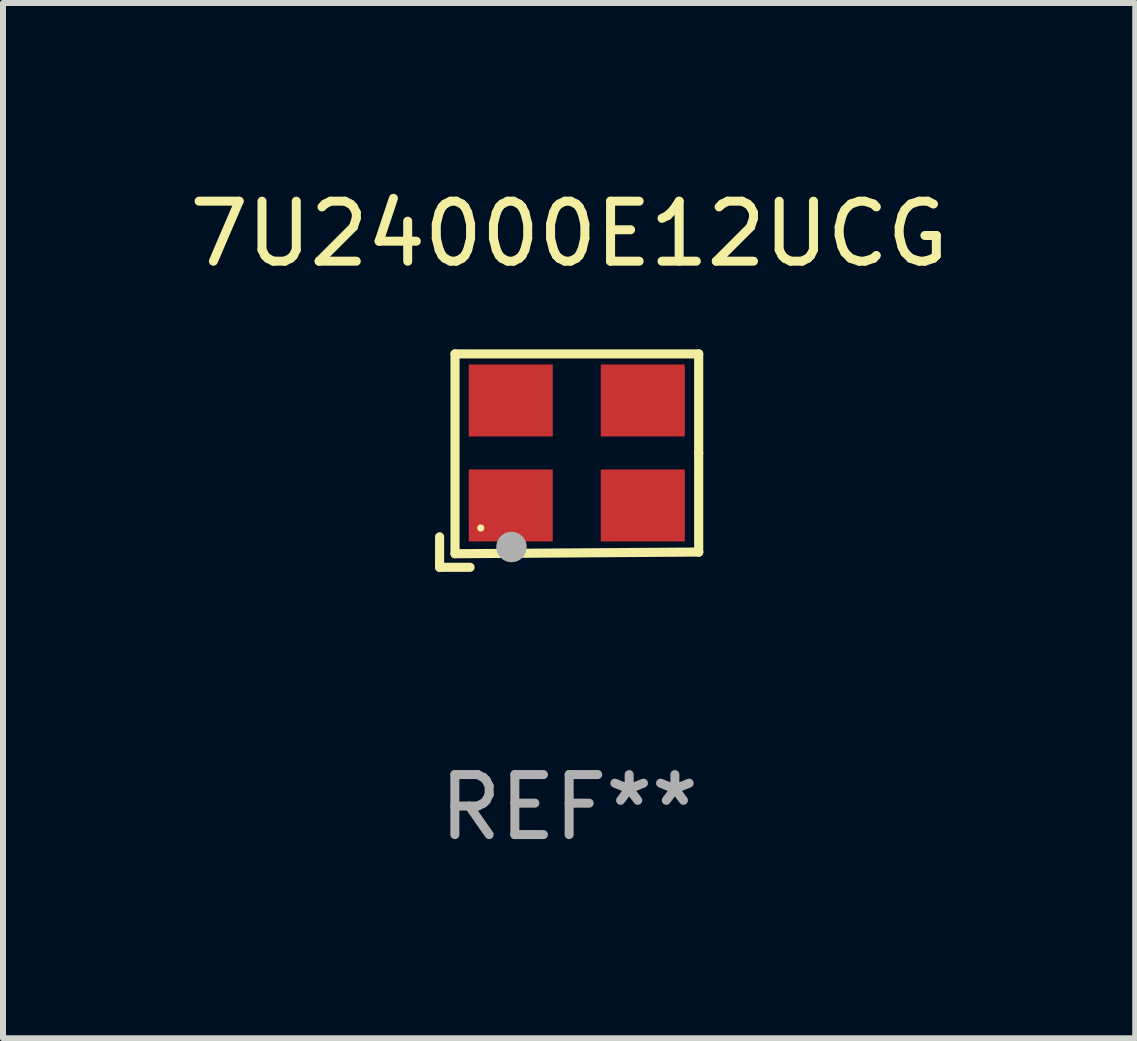
<source format=kicad_pcb>
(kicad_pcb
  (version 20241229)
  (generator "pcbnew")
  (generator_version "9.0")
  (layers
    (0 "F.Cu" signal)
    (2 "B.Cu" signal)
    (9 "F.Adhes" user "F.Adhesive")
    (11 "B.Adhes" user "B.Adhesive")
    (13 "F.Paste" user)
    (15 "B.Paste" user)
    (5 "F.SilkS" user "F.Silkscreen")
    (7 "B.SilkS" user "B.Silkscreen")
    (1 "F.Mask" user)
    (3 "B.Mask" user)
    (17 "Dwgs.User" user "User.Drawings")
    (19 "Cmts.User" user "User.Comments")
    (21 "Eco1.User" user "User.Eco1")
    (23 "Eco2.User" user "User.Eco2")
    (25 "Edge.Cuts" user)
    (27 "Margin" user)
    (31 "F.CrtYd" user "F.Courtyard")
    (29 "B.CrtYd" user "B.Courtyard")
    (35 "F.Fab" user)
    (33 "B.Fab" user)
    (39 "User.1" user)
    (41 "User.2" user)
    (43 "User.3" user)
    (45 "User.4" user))
  (footprint "7U24000E12UCG"
    (layer "F.Cu")
    (at 6.435 4.626)
    (property "Reference" "7U24000E12UCG" (at 0 -3.778 0) (layer "F.SilkS") (effects (font (size 1 1) (thickness 0.15))))
    (attr through_hole)
    (fp_line (start -2.159 1.27) (end -2.159 1.778) (stroke (width 0.152) (type solid)) (layer "F.SilkS"))
    (fp_line (start -2.159 1.778) (end -1.651 1.778) (stroke (width 0.152) (type solid)) (layer "F.SilkS"))
    (fp_line (start -1.902 -1.778) (end 2.159 -1.778) (stroke (width 0.152) (type solid)) (layer "F.SilkS"))
    (fp_line (start -1.902 1.552) (end -1.902 -1.778) (stroke (width 0.152) (type solid)) (layer "F.SilkS"))
    (fp_line (start 2.159 -1.778) (end 2.159 -0.127) (stroke (width 0.152) (type solid)) (layer "F.SilkS"))
    (fp_line (start 2.159 -0.127) (end 2.159 1.524) (stroke (width 0.152) (type solid)) (layer "F.SilkS"))
    (fp_line (start 2.159 1.524) (end -1.902 1.552) (stroke (width 0.152) (type solid)) (layer "F.SilkS"))
    (fp_line (start 2.159 1.524) (end 2.159 1.524) (stroke (width 0.152) (type solid)) (layer "F.SilkS"))
    (fp_circle (center -1.473 1.123) (end -1.443 1.123) (stroke (width 0.06) (type solid)) (fill no) (layer "F.SilkS"))
    (fp_circle (center -0.961 1.44) (end -0.834 1.44) (stroke (width 0.254) (type solid)) (fill no) (layer "F.Fab"))
    (fp_text user "REF**" (at 0 5.778 0) (layer "F.Fab") (effects (font (size 1 1) (thickness 0.15))))
    (pad "1" smd rect (at -0.973 0.748) (size 1.4 1.2) (layers "F.Cu" "F.Mask" "F.Paste"))
    (pad "2" smd rect (at 1.227 0.748) (size 1.4 1.2) (layers "F.Cu" "F.Mask" "F.Paste"))
    (pad "3" smd rect (at 1.227 -1.002) (size 1.4 1.2) (layers "F.Cu" "F.Mask" "F.Paste"))
    (pad "4" smd rect (at -0.973 -1.002) (size 1.4 1.2) (layers "F.Cu" "F.Mask" "F.Paste")))
  (gr_rect
    (start -3 -3)
    (end 15.869 14.253)
    (stroke (width 0.1) (type default))
    (fill no)
    (layer "Edge.Cuts")))
</source>
